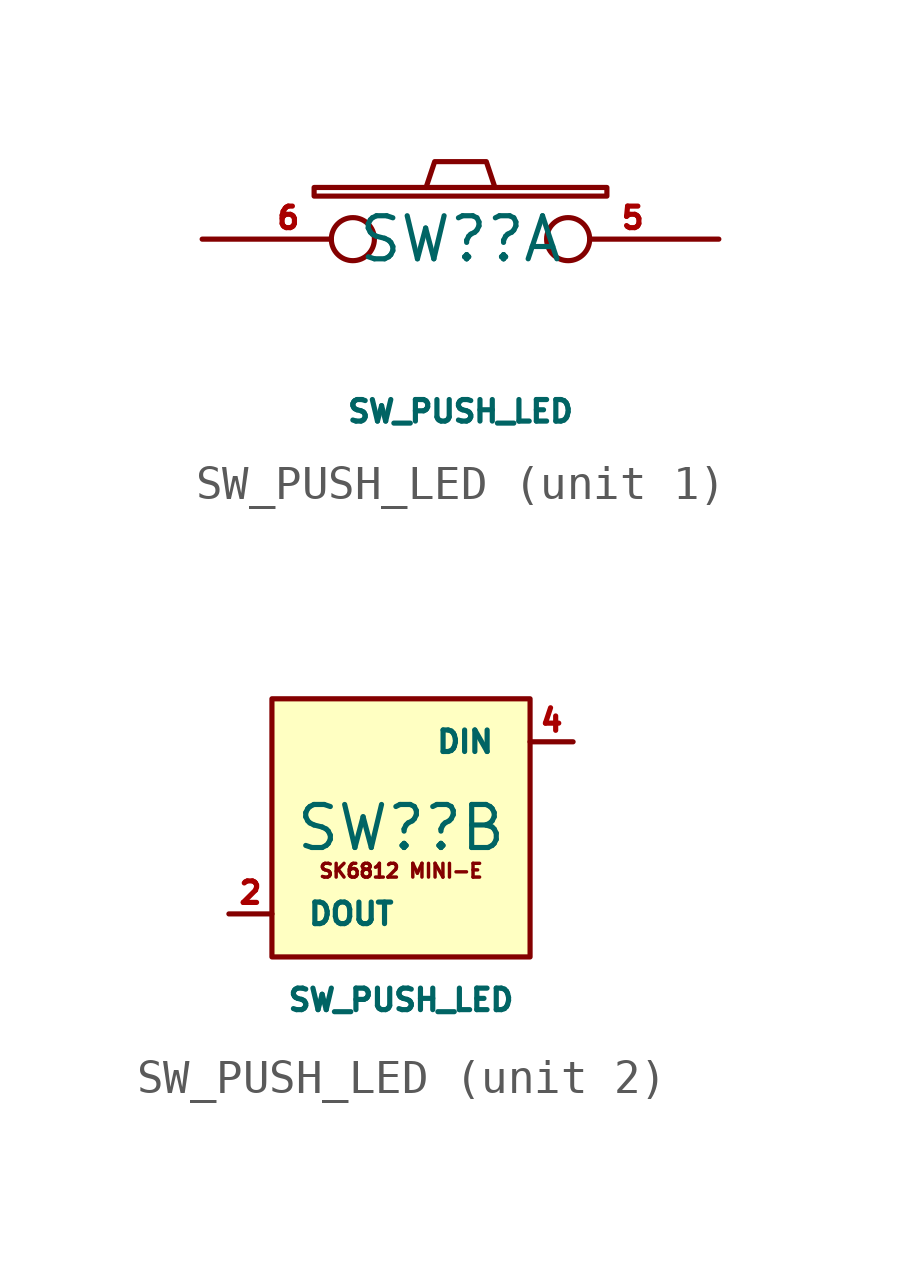
<source format=kicad_sym>
(kicad_symbol_lib
  (version 20241209)
  (generator "kicad_symbol_editor")
  (generator_version "8.99")
  (symbol "SW_PUSH_LED"
    (pin_names
      (offset 1.016))
    (property "Reference" "SW?"
      (at 0 0 0)
      (effects (font (size 1.27 1.27))))
    (property "Value" "SW_PUSH_LED"
      (at 0 -5.08 0)
      (effects (font (size 0.635 0.635))))
    (property "ki_locked" ""
      (at 0 0 0)
      (effects (font (size 1.27 1.27))))
    (symbol "SW_PUSH_LED_1_1"
      (rectangle (start -4.318 1.27) (end 4.318 1.524) (stroke (width 0) (type solid)) (fill (type none)))
      (polyline (pts (xy -1.016 1.524) (xy -0.762 2.286) (xy 0.762 2.286) (xy 1.016 1.524)) (stroke (width 0) (type solid)) (fill (type none)))
      (pin passive inverted (at -7.62 0 0) (length 5.08) (name "~" (effects (font (size 0.61 0.61)))) (number "6" (effects (font (size 0.635 0.635)))))
      (pin passive inverted (at 7.62 0 180) (length 5.08) (name "~" (effects (font (size 0.61 0.61)))) (number "5" (effects (font (size 0.635 0.635))))))
    (symbol "SW_PUSH_LED_2_0"
      (text "SK6812 MINI-E" (at 0 -1.27 0) (effects (font (size 0.406 0.406)))))
    (symbol "SW_PUSH_LED_2_1"
      (rectangle (start 3.81 -3.81) (end -3.81 3.81) (stroke (width 0) (type solid)) (fill (type background)))
      (pin power_in line (at -5.08 2.54 0) (length 1.27) (hide yes) (name "VDD" (effects (font (size 0.635 0.635)))) (number "1" (effects (font (size 0.635 0.635)))))
      (pin output line (at -5.08 -2.54 0) (length 1.27) (name "DOUT" (effects (font (size 0.635 0.635)))) (number "2" (effects (font (size 0.635 0.635)))))
      (pin input line (at 5.08 2.54 180) (length 1.27) (name "DIN" (effects (font (size 0.635 0.635)))) (number "4" (effects (font (size 0.635 0.635)))))
      (pin power_in line (at 5.08 -2.54 180) (length 1.27) (hide yes) (name "GND" (effects (font (size 0.635 0.635)))) (number "3" (effects (font (size 0.635 0.635))))))))
</source>
